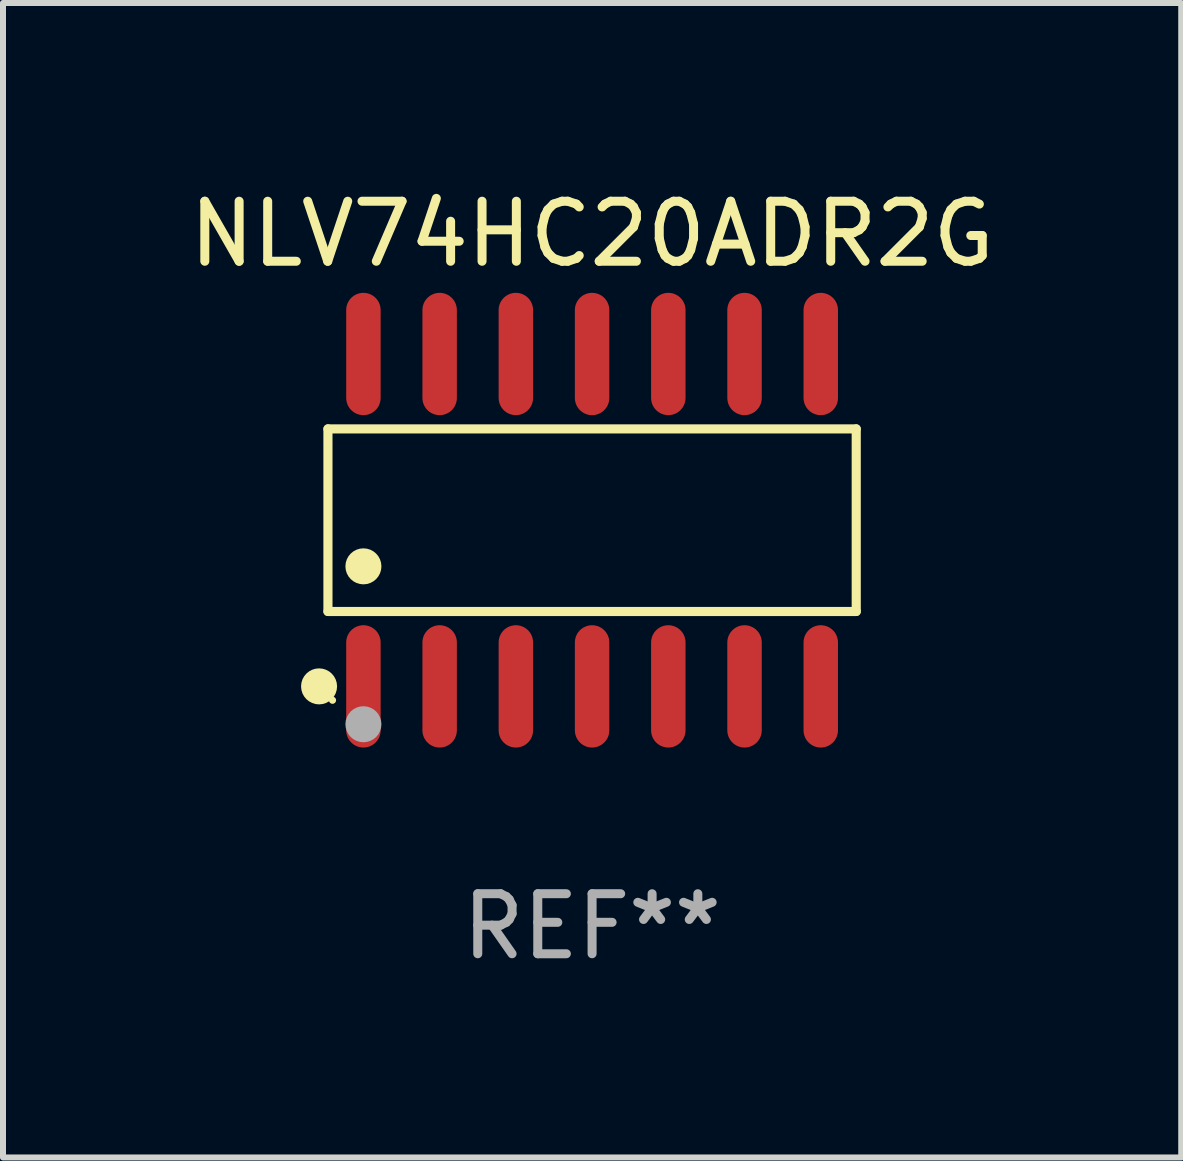
<source format=kicad_pcb>
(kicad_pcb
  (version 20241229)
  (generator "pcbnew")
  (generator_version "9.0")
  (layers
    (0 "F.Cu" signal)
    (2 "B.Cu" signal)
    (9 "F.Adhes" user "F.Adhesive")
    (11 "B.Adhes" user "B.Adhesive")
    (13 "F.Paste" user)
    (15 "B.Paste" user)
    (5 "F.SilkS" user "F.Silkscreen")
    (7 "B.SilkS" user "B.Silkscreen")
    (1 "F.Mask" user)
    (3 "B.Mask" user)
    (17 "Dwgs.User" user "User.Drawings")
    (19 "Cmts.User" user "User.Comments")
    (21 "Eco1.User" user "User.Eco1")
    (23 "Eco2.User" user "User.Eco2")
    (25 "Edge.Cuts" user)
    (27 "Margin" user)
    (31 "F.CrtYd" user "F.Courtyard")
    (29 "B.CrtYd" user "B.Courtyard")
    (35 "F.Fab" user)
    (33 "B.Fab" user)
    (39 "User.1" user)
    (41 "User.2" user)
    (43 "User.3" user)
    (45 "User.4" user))
  (footprint "NLV74HC20ADR2G"
    (layer "F.Cu")
    (at 6.815 5.617)
    (property "Reference" "NLV74HC20ADR2G" (at 0 -4.769 0) (layer "F.SilkS") (effects (font (size 1 1) (thickness 0.15))))
    (attr through_hole)
    (fp_line (start -4.401 -1.521) (end 4.401 -1.521) (stroke (width 0.152) (type solid)) (layer "F.SilkS"))
    (fp_line (start -4.401 1.521) (end -4.401 -1.521) (stroke (width 0.152) (type solid)) (layer "F.SilkS"))
    (fp_line (start 4.401 -1.521) (end 4.401 1.521) (stroke (width 0.152) (type solid)) (layer "F.SilkS"))
    (fp_line (start 4.401 1.521) (end -4.401 1.521) (stroke (width 0.152) (type solid)) (layer "F.SilkS"))
    (fp_circle (center -4.549 2.769) (end -4.399 2.769) (stroke (width 0.3) (type solid)) (fill no) (layer "F.SilkS"))
    (fp_circle (center -4.325 3) (end -4.295 3) (stroke (width 0.06) (type solid)) (fill no) (layer "F.SilkS"))
    (fp_circle (center -3.81 0.769) (end -3.66 0.769) (stroke (width 0.3) (type solid)) (fill no) (layer "F.SilkS"))
    (fp_circle (center -3.81 3.4) (end -3.66 3.4) (stroke (width 0.3) (type solid)) (fill no) (layer "F.Fab"))
    (fp_text user "REF**" (at 0 6.769 0) (layer "F.Fab") (effects (font (size 1 1) (thickness 0.15))))
    (pad "1" smd oval (at -3.81 2.769) (size 0.574 2.038) (layers "F.Cu" "F.Mask" "F.Paste"))
    (pad "2" smd oval (at -2.54 2.769) (size 0.574 2.038) (layers "F.Cu" "F.Mask" "F.Paste"))
    (pad "3" smd oval (at -1.27 2.769) (size 0.574 2.038) (layers "F.Cu" "F.Mask" "F.Paste"))
    (pad "4" smd oval (at 0 2.769) (size 0.574 2.038) (layers "F.Cu" "F.Mask" "F.Paste"))
    (pad "5" smd oval (at 1.27 2.769) (size 0.574 2.038) (layers "F.Cu" "F.Mask" "F.Paste"))
    (pad "6" smd oval (at 2.54 2.769) (size 0.574 2.038) (layers "F.Cu" "F.Mask" "F.Paste"))
    (pad "7" smd oval (at 3.81 2.769) (size 0.574 2.038) (layers "F.Cu" "F.Mask" "F.Paste"))
    (pad "8" smd oval (at 3.81 -2.769) (size 0.574 2.038) (layers "F.Cu" "F.Mask" "F.Paste"))
    (pad "9" smd oval (at 2.54 -2.769) (size 0.574 2.038) (layers "F.Cu" "F.Mask" "F.Paste"))
    (pad "10" smd oval (at 1.27 -2.769) (size 0.574 2.038) (layers "F.Cu" "F.Mask" "F.Paste"))
    (pad "11" smd oval (at 0 -2.769) (size 0.574 2.038) (layers "F.Cu" "F.Mask" "F.Paste"))
    (pad "12" smd oval (at -1.27 -2.769) (size 0.574 2.038) (layers "F.Cu" "F.Mask" "F.Paste"))
    (pad "13" smd oval (at -2.54 -2.769) (size 0.574 2.038) (layers "F.Cu" "F.Mask" "F.Paste"))
    (pad "14" smd oval (at -3.81 -2.769) (size 0.574 2.038) (layers "F.Cu" "F.Mask" "F.Paste")))
  (gr_rect
    (start -3 -3)
    (end 16.631 16.235)
    (stroke (width 0.1) (type default))
    (fill no)
    (layer "Edge.Cuts")))
</source>
